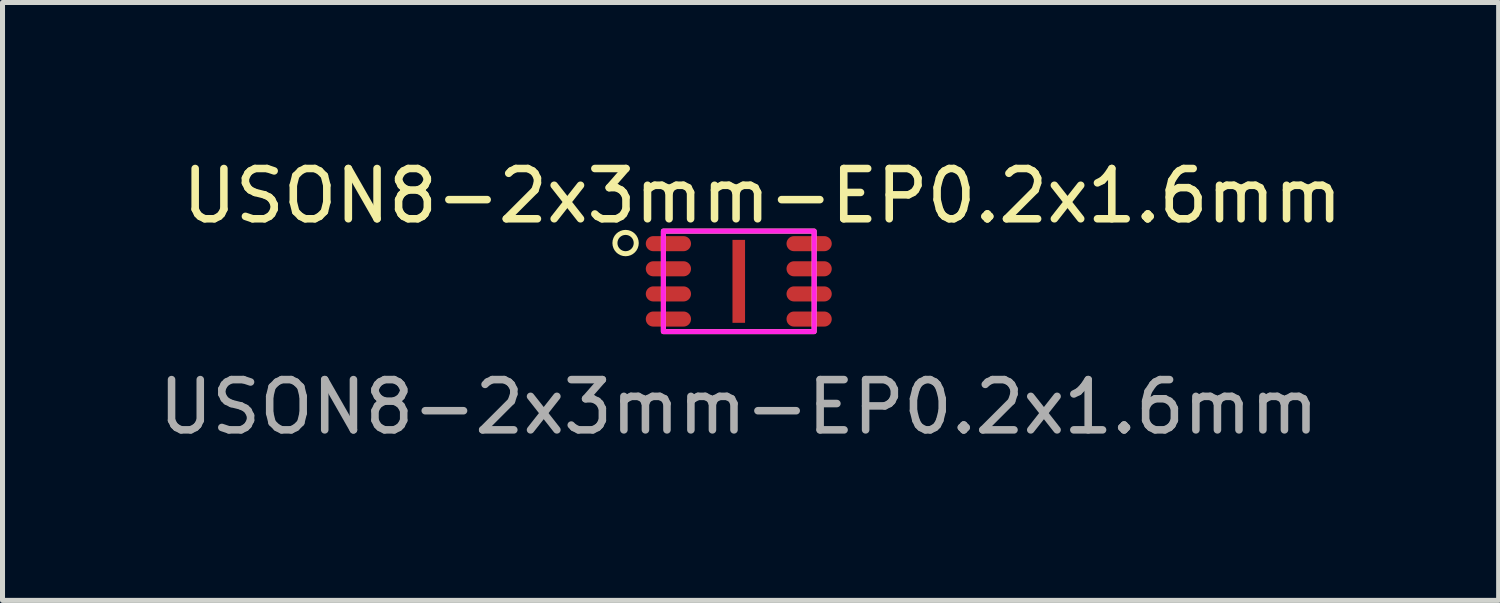
<source format=kicad_pcb>
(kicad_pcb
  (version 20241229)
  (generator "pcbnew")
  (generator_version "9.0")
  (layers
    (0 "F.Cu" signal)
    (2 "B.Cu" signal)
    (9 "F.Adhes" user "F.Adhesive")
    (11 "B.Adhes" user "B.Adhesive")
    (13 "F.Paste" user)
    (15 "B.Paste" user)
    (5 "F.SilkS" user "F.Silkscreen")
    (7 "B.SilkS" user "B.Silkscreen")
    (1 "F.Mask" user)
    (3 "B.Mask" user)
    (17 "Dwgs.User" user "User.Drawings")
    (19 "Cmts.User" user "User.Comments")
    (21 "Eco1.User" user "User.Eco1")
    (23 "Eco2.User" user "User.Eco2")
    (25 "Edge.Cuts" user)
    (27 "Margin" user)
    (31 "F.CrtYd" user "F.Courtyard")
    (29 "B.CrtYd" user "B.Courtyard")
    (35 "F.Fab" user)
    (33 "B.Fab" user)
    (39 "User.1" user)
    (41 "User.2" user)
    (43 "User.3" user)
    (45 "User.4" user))
  (footprint "USON8-2x3mm-EP0.2x1.6mm"
    (layer "F.Cu")
    (at 11.649 2.548)
    (property "Reference" "USON8-2x3mm-EP0.2x1.6mm" (at 0.47 -1.7 0) (unlocked yes) (layer "F.SilkS") (effects (font (size 1 1) (thickness 0.15))))
    (attr smd)
    (fp_rect (start -1.5 -1) (end 1.5 1) (stroke (width 0.1) (type default)) (fill no) (layer "F.SilkS"))
    (fp_circle (center -2.252 -0.762) (end -2.222 -0.552) (stroke (width 0.1) (type default)) (fill no) (layer "F.SilkS"))
    (fp_rect (start -1.5 -1) (end 1.5 1) (stroke (width 0.1) (type default)) (fill no) (layer "F.CrtYd"))
    (fp_text user "${REFERENCE}" (at 0 2.5 0) (unlocked yes) (layer "F.Fab") (effects (font (size 1 1) (thickness 0.15))))
    (pad "1" smd oval (at -1.4 -0.75) (size 0.9 0.3) (layers "F.Cu" "F.Mask" "F.Paste"))
    (pad "2" smd oval (at -1.4 -0.25) (size 0.9 0.3) (layers "F.Cu" "F.Mask" "F.Paste"))
    (pad "3" smd oval (at -1.4 0.25) (size 0.9 0.3) (layers "F.Cu" "F.Mask" "F.Paste"))
    (pad "4" smd oval (at -1.4 0.75) (size 0.9 0.3) (layers "F.Cu" "F.Mask" "F.Paste"))
    (pad "5" smd oval (at 1.4 0.75) (size 0.9 0.3) (layers "F.Cu" "F.Mask" "F.Paste"))
    (pad "6" smd oval (at 1.4 0.25) (size 0.9 0.3) (layers "F.Cu" "F.Mask" "F.Paste"))
    (pad "7" smd oval (at 1.4 -0.25) (size 0.9 0.3) (layers "F.Cu" "F.Mask" "F.Paste"))
    (pad "8" smd oval (at 1.4 -0.75) (size 0.9 0.3) (layers "F.Cu" "F.Mask" "F.Paste"))
    (pad "9" smd rect (at 0 0) (size 0.25 1.65) (layers "F.Cu" "F.Mask" "F.Paste")))
  (gr_rect
    (start -3 -3)
    (end 26.768 8.896)
    (stroke (width 0.1) (type default))
    (fill no)
    (layer "Edge.Cuts")))
</source>
